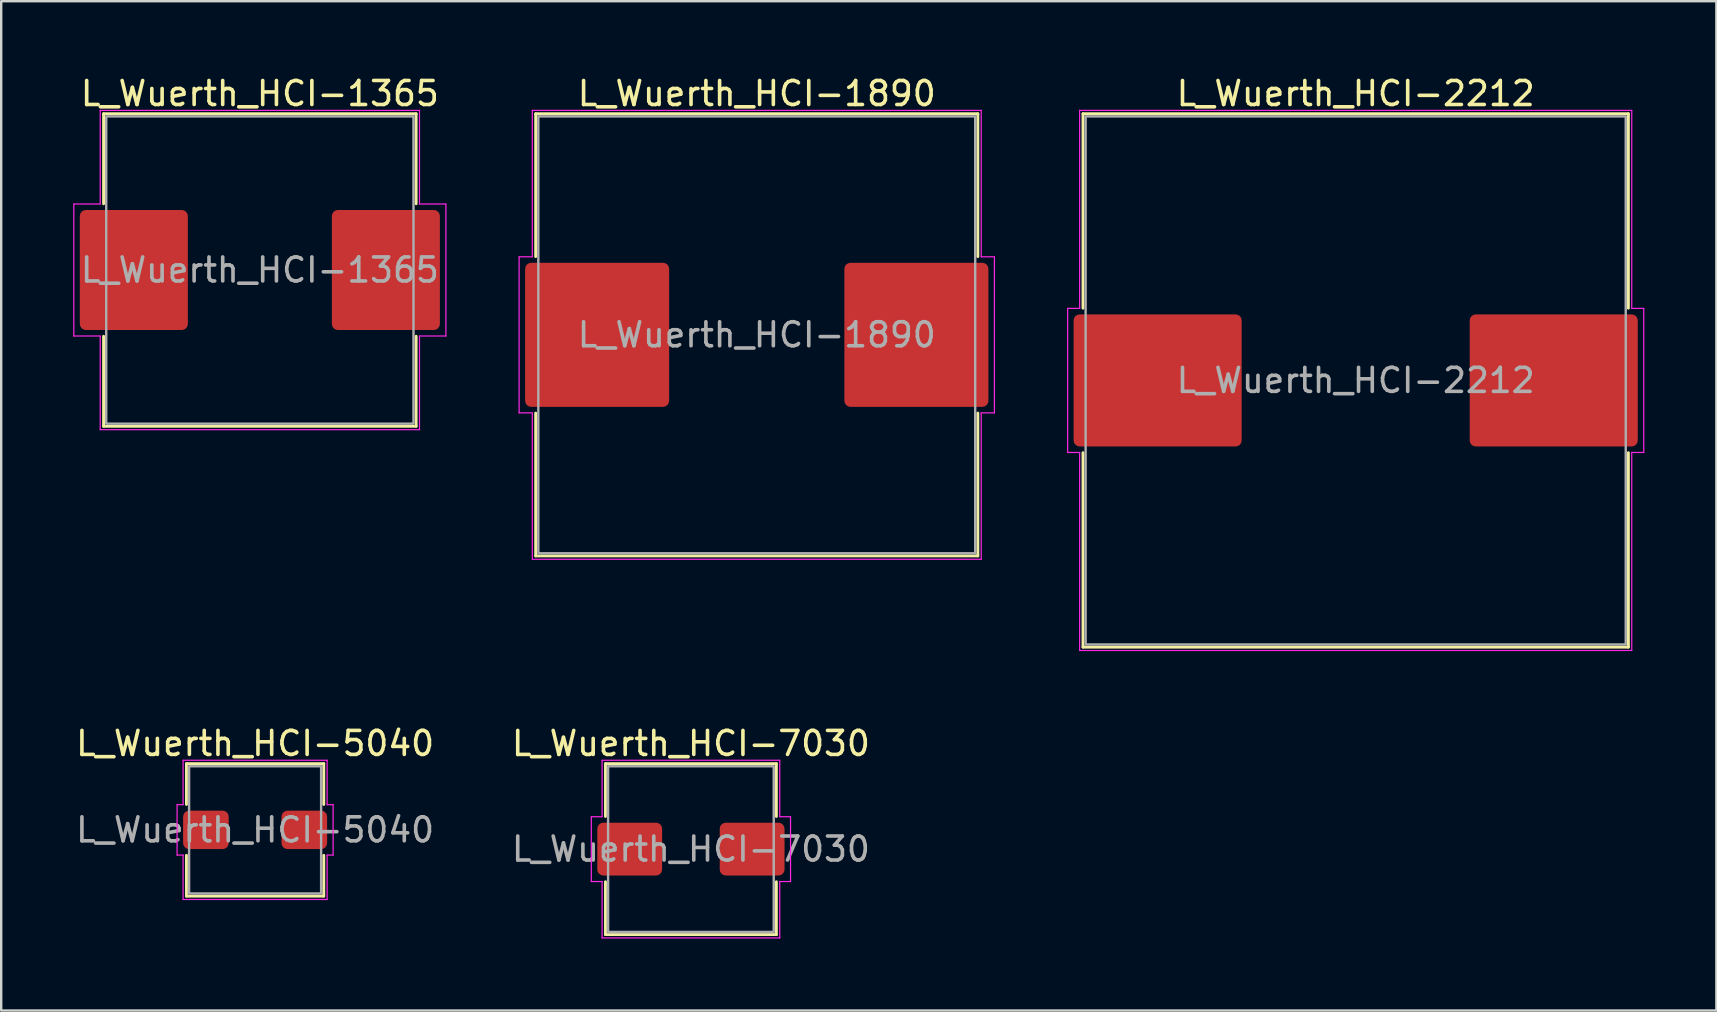
<source format=kicad_pcb>
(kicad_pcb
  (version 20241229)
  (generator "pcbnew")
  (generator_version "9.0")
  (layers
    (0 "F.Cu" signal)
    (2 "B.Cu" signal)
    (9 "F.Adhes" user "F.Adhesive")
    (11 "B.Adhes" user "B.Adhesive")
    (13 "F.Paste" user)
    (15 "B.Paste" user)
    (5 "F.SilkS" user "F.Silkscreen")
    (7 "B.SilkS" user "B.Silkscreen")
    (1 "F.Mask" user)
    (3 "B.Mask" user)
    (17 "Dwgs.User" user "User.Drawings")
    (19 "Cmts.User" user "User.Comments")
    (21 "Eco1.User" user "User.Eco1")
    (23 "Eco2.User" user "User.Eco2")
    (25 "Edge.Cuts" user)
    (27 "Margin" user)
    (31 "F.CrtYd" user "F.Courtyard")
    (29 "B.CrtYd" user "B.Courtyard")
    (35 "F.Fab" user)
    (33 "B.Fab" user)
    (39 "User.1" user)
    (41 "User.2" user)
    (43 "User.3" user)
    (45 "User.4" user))
  (footprint "L_Wuerth_HCI-1365"
    (layer "F.Cu")
    (at 7.775 8.198)
    (property "Reference" "L_Wuerth_HCI-1365" (at 0 -7.35 0) (layer "F.SilkS") (effects (font (size 1 1) (thickness 0.15))))
    (attr smd)
    (fp_line (start -6.51 -6.51) (end 6.51 -6.51) (stroke (width 0.12) (type solid)) (layer "F.SilkS"))
    (fp_line (start -6.51 -2.76) (end -6.51 -6.51) (stroke (width 0.12) (type solid)) (layer "F.SilkS"))
    (fp_line (start -6.51 6.51) (end -6.51 2.76) (stroke (width 0.12) (type solid)) (layer "F.SilkS"))
    (fp_line (start 6.51 -6.51) (end 6.51 -2.76) (stroke (width 0.12) (type solid)) (layer "F.SilkS"))
    (fp_line (start 6.51 2.76) (end 6.51 6.51) (stroke (width 0.12) (type solid)) (layer "F.SilkS"))
    (fp_line (start 6.51 6.51) (end -6.51 6.51) (stroke (width 0.12) (type solid)) (layer "F.SilkS"))
    (fp_line (start -7.75 -2.75) (end -6.65 -2.75) (stroke (width 0.05) (type solid)) (layer "F.CrtYd"))
    (fp_line (start -7.75 2.75) (end -7.75 -2.75) (stroke (width 0.05) (type solid)) (layer "F.CrtYd"))
    (fp_line (start -6.65 -6.65) (end 6.65 -6.65) (stroke (width 0.05) (type solid)) (layer "F.CrtYd"))
    (fp_line (start -6.65 -2.75) (end -6.65 -6.65) (stroke (width 0.05) (type solid)) (layer "F.CrtYd"))
    (fp_line (start -6.65 2.75) (end -7.75 2.75) (stroke (width 0.05) (type solid)) (layer "F.CrtYd"))
    (fp_line (start -6.65 6.65) (end -6.65 2.75) (stroke (width 0.05) (type solid)) (layer "F.CrtYd"))
    (fp_line (start 6.65 -6.65) (end 6.65 -2.75) (stroke (width 0.05) (type solid)) (layer "F.CrtYd"))
    (fp_line (start 6.65 -2.75) (end 7.75 -2.75) (stroke (width 0.05) (type solid)) (layer "F.CrtYd"))
    (fp_line (start 6.65 2.75) (end 6.65 6.65) (stroke (width 0.05) (type solid)) (layer "F.CrtYd"))
    (fp_line (start 6.65 6.65) (end -6.65 6.65) (stroke (width 0.05) (type solid)) (layer "F.CrtYd"))
    (fp_line (start 7.75 -2.75) (end 7.75 2.75) (stroke (width 0.05) (type solid)) (layer "F.CrtYd"))
    (fp_line (start 7.75 2.75) (end 6.65 2.75) (stroke (width 0.05) (type solid)) (layer "F.CrtYd"))
    (fp_rect (start -6.4 -6.4) (end 6.4 6.4) (stroke (width 0.1) (type solid)) (fill no) (layer "F.Fab"))
    (fp_text user "${REFERENCE}" (at 0 0 0) (layer "F.Fab") (effects (font (size 1 1) (thickness 0.15))))
    (pad "1" smd roundrect (at -5.25 0) (size 4.5 5) (layers "F.Cu" "F.Mask" "F.Paste") (roundrect_rratio 0.056))
    (pad "2" smd roundrect (at 5.25 0) (size 4.5 5) (layers "F.Cu" "F.Mask" "F.Paste") (roundrect_rratio 0.056)))
  (footprint "L_Wuerth_HCI-1890"
    (layer "F.Cu")
    (at 28.475 10.898)
    (property "Reference" "L_Wuerth_HCI-1890" (at 0 -10.05 0) (layer "F.SilkS") (effects (font (size 1 1) (thickness 0.15))))
    (attr smd)
    (fp_line (start -9.21 -9.21) (end 9.21 -9.21) (stroke (width 0.12) (type solid)) (layer "F.SilkS"))
    (fp_line (start -9.21 -3.26) (end -9.21 -9.21) (stroke (width 0.12) (type solid)) (layer "F.SilkS"))
    (fp_line (start -9.21 9.21) (end -9.21 3.26) (stroke (width 0.12) (type solid)) (layer "F.SilkS"))
    (fp_line (start 9.21 -9.21) (end 9.21 -3.26) (stroke (width 0.12) (type solid)) (layer "F.SilkS"))
    (fp_line (start 9.21 3.26) (end 9.21 9.21) (stroke (width 0.12) (type solid)) (layer "F.SilkS"))
    (fp_line (start 9.21 9.21) (end -9.21 9.21) (stroke (width 0.12) (type solid)) (layer "F.SilkS"))
    (fp_line (start -9.9 -3.25) (end -9.35 -3.25) (stroke (width 0.05) (type solid)) (layer "F.CrtYd"))
    (fp_line (start -9.9 3.25) (end -9.9 -3.25) (stroke (width 0.05) (type solid)) (layer "F.CrtYd"))
    (fp_line (start -9.35 -9.35) (end 9.35 -9.35) (stroke (width 0.05) (type solid)) (layer "F.CrtYd"))
    (fp_line (start -9.35 -3.25) (end -9.35 -9.35) (stroke (width 0.05) (type solid)) (layer "F.CrtYd"))
    (fp_line (start -9.35 3.25) (end -9.9 3.25) (stroke (width 0.05) (type solid)) (layer "F.CrtYd"))
    (fp_line (start -9.35 9.35) (end -9.35 3.25) (stroke (width 0.05) (type solid)) (layer "F.CrtYd"))
    (fp_line (start 9.35 -9.35) (end 9.35 -3.25) (stroke (width 0.05) (type solid)) (layer "F.CrtYd"))
    (fp_line (start 9.35 -3.25) (end 9.9 -3.25) (stroke (width 0.05) (type solid)) (layer "F.CrtYd"))
    (fp_line (start 9.35 3.25) (end 9.35 9.35) (stroke (width 0.05) (type solid)) (layer "F.CrtYd"))
    (fp_line (start 9.35 9.35) (end -9.35 9.35) (stroke (width 0.05) (type solid)) (layer "F.CrtYd"))
    (fp_line (start 9.9 -3.25) (end 9.9 3.25) (stroke (width 0.05) (type solid)) (layer "F.CrtYd"))
    (fp_line (start 9.9 3.25) (end 9.35 3.25) (stroke (width 0.05) (type solid)) (layer "F.CrtYd"))
    (fp_rect (start -9.1 -9.1) (end 9.1 9.1) (stroke (width 0.1) (type solid)) (fill no) (layer "F.Fab"))
    (fp_text user "${REFERENCE}" (at 0 0 0) (layer "F.Fab") (effects (font (size 1 1) (thickness 0.15))))
    (pad "1" smd roundrect (at -6.65 0) (size 6 6) (layers "F.Cu" "F.Mask" "F.Paste") (roundrect_rratio 0.042))
    (pad "2" smd roundrect (at 6.65 0) (size 6 6) (layers "F.Cu" "F.Mask" "F.Paste") (roundrect_rratio 0.042)))
  (footprint "L_Wuerth_HCI-2212"
    (layer "F.Cu")
    (at 53.425 12.798)
    (property "Reference" "L_Wuerth_HCI-2212" (at 0 -11.95 0) (layer "F.SilkS") (effects (font (size 1 1) (thickness 0.15))))
    (attr smd)
    (fp_line (start -11.36 -11.11) (end 11.36 -11.11) (stroke (width 0.12) (type solid)) (layer "F.SilkS"))
    (fp_line (start -11.36 -3.01) (end -11.36 -11.11) (stroke (width 0.12) (type solid)) (layer "F.SilkS"))
    (fp_line (start -11.36 11.11) (end -11.36 3.01) (stroke (width 0.12) (type solid)) (layer "F.SilkS"))
    (fp_line (start 11.36 -11.11) (end 11.36 -3.01) (stroke (width 0.12) (type solid)) (layer "F.SilkS"))
    (fp_line (start 11.36 3.01) (end 11.36 11.11) (stroke (width 0.12) (type solid)) (layer "F.SilkS"))
    (fp_line (start 11.36 11.11) (end -11.36 11.11) (stroke (width 0.12) (type solid)) (layer "F.SilkS"))
    (fp_line (start -12 -3) (end -11.5 -3) (stroke (width 0.05) (type solid)) (layer "F.CrtYd"))
    (fp_line (start -12 3) (end -12 -3) (stroke (width 0.05) (type solid)) (layer "F.CrtYd"))
    (fp_line (start -11.5 -11.25) (end 11.5 -11.25) (stroke (width 0.05) (type solid)) (layer "F.CrtYd"))
    (fp_line (start -11.5 -3) (end -11.5 -11.25) (stroke (width 0.05) (type solid)) (layer "F.CrtYd"))
    (fp_line (start -11.5 3) (end -12 3) (stroke (width 0.05) (type solid)) (layer "F.CrtYd"))
    (fp_line (start -11.5 11.25) (end -11.5 3) (stroke (width 0.05) (type solid)) (layer "F.CrtYd"))
    (fp_line (start 11.5 -11.25) (end 11.5 -3) (stroke (width 0.05) (type solid)) (layer "F.CrtYd"))
    (fp_line (start 11.5 -3) (end 12 -3) (stroke (width 0.05) (type solid)) (layer "F.CrtYd"))
    (fp_line (start 11.5 3) (end 11.5 11.25) (stroke (width 0.05) (type solid)) (layer "F.CrtYd"))
    (fp_line (start 11.5 11.25) (end -11.5 11.25) (stroke (width 0.05) (type solid)) (layer "F.CrtYd"))
    (fp_line (start 12 -3) (end 12 3) (stroke (width 0.05) (type solid)) (layer "F.CrtYd"))
    (fp_line (start 12 3) (end 11.5 3) (stroke (width 0.05) (type solid)) (layer "F.CrtYd"))
    (fp_rect (start -11.25 -11) (end 11.25 11) (stroke (width 0.1) (type solid)) (fill no) (layer "F.Fab"))
    (fp_text user "${REFERENCE}" (at 0 0 0) (layer "F.Fab") (effects (font (size 1 1) (thickness 0.15))))
    (pad "1" smd roundrect (at -8.25 0) (size 7 5.5) (layers "F.Cu" "F.Mask" "F.Paste") (roundrect_rratio 0.045))
    (pad "2" smd roundrect (at 8.25 0) (size 7 5.5) (layers "F.Cu" "F.Mask" "F.Paste") (roundrect_rratio 0.045)))
  (footprint "L_Wuerth_HCI-7030"
    (layer "F.Cu")
    (at 25.732 32.322)
    (property "Reference" "L_Wuerth_HCI-7030" (at 0 -4.4 0) (layer "F.SilkS") (effects (font (size 1 1) (thickness 0.15))))
    (attr smd)
    (fp_line (start -3.56 -3.56) (end 3.56 -3.56) (stroke (width 0.12) (type solid)) (layer "F.SilkS"))
    (fp_line (start -3.56 -1.36) (end -3.56 -3.56) (stroke (width 0.12) (type solid)) (layer "F.SilkS"))
    (fp_line (start -3.56 3.56) (end -3.56 1.36) (stroke (width 0.12) (type solid)) (layer "F.SilkS"))
    (fp_line (start 3.56 -3.56) (end 3.56 -1.36) (stroke (width 0.12) (type solid)) (layer "F.SilkS"))
    (fp_line (start 3.56 1.36) (end 3.56 3.56) (stroke (width 0.12) (type solid)) (layer "F.SilkS"))
    (fp_line (start 3.56 3.56) (end -3.56 3.56) (stroke (width 0.12) (type solid)) (layer "F.SilkS"))
    (fp_line (start -4.15 -1.35) (end -3.7 -1.35) (stroke (width 0.05) (type solid)) (layer "F.CrtYd"))
    (fp_line (start -4.15 1.35) (end -4.15 -1.35) (stroke (width 0.05) (type solid)) (layer "F.CrtYd"))
    (fp_line (start -3.7 -3.7) (end 3.7 -3.7) (stroke (width 0.05) (type solid)) (layer "F.CrtYd"))
    (fp_line (start -3.7 -1.35) (end -3.7 -3.7) (stroke (width 0.05) (type solid)) (layer "F.CrtYd"))
    (fp_line (start -3.7 1.35) (end -4.15 1.35) (stroke (width 0.05) (type solid)) (layer "F.CrtYd"))
    (fp_line (start -3.7 3.7) (end -3.7 1.35) (stroke (width 0.05) (type solid)) (layer "F.CrtYd"))
    (fp_line (start 3.7 -3.7) (end 3.7 -1.35) (stroke (width 0.05) (type solid)) (layer "F.CrtYd"))
    (fp_line (start 3.7 -1.35) (end 4.15 -1.35) (stroke (width 0.05) (type solid)) (layer "F.CrtYd"))
    (fp_line (start 3.7 1.35) (end 3.7 3.7) (stroke (width 0.05) (type solid)) (layer "F.CrtYd"))
    (fp_line (start 3.7 3.7) (end -3.7 3.7) (stroke (width 0.05) (type solid)) (layer "F.CrtYd"))
    (fp_line (start 4.15 -1.35) (end 4.15 1.35) (stroke (width 0.05) (type solid)) (layer "F.CrtYd"))
    (fp_line (start 4.15 1.35) (end 3.7 1.35) (stroke (width 0.05) (type solid)) (layer "F.CrtYd"))
    (fp_rect (start -3.45 -3.45) (end 3.45 3.45) (stroke (width 0.1) (type solid)) (fill no) (layer "F.Fab"))
    (fp_text user "${REFERENCE}" (at 0 0 0) (layer "F.Fab") (effects (font (size 1 1) (thickness 0.15))))
    (pad "1" smd roundrect (at -2.55 0) (size 2.7 2.2) (layers "F.Cu" "F.Mask" "F.Paste") (roundrect_rratio 0.114))
    (pad "2" smd roundrect (at 2.55 0) (size 2.7 2.2) (layers "F.Cu" "F.Mask" "F.Paste") (roundrect_rratio 0.114)))
  (footprint "L_Wuerth_HCI-5040"
    (layer "F.Cu")
    (at 7.577 31.521)
    (property "Reference" "L_Wuerth_HCI-5040" (at 0 -3.6 0) (layer "F.SilkS") (effects (font (size 1 1) (thickness 0.15))))
    (attr smd)
    (fp_line (start -2.86 -2.76) (end 2.86 -2.76) (stroke (width 0.12) (type solid)) (layer "F.SilkS"))
    (fp_line (start -2.86 -1.06) (end -2.86 -2.76) (stroke (width 0.12) (type solid)) (layer "F.SilkS"))
    (fp_line (start -2.86 2.76) (end -2.86 1.06) (stroke (width 0.12) (type solid)) (layer "F.SilkS"))
    (fp_line (start 2.86 -2.76) (end 2.86 -1.06) (stroke (width 0.12) (type solid)) (layer "F.SilkS"))
    (fp_line (start 2.86 1.06) (end 2.86 2.76) (stroke (width 0.12) (type solid)) (layer "F.SilkS"))
    (fp_line (start 2.86 2.76) (end -2.86 2.76) (stroke (width 0.12) (type solid)) (layer "F.SilkS"))
    (fp_line (start -3.25 -1.05) (end -3 -1.05) (stroke (width 0.05) (type solid)) (layer "F.CrtYd"))
    (fp_line (start -3.25 1.05) (end -3.25 -1.05) (stroke (width 0.05) (type solid)) (layer "F.CrtYd"))
    (fp_line (start -3 -2.9) (end 3 -2.9) (stroke (width 0.05) (type solid)) (layer "F.CrtYd"))
    (fp_line (start -3 -1.05) (end -3 -2.9) (stroke (width 0.05) (type solid)) (layer "F.CrtYd"))
    (fp_line (start -3 1.05) (end -3.25 1.05) (stroke (width 0.05) (type solid)) (layer "F.CrtYd"))
    (fp_line (start -3 2.9) (end -3 1.05) (stroke (width 0.05) (type solid)) (layer "F.CrtYd"))
    (fp_line (start 3 -2.9) (end 3 -1.05) (stroke (width 0.05) (type solid)) (layer "F.CrtYd"))
    (fp_line (start 3 -1.05) (end 3.25 -1.05) (stroke (width 0.05) (type solid)) (layer "F.CrtYd"))
    (fp_line (start 3 1.05) (end 3 2.9) (stroke (width 0.05) (type solid)) (layer "F.CrtYd"))
    (fp_line (start 3 2.9) (end -3 2.9) (stroke (width 0.05) (type solid)) (layer "F.CrtYd"))
    (fp_line (start 3.25 -1.05) (end 3.25 1.05) (stroke (width 0.05) (type solid)) (layer "F.CrtYd"))
    (fp_line (start 3.25 1.05) (end 3 1.05) (stroke (width 0.05) (type solid)) (layer "F.CrtYd"))
    (fp_rect (start -2.75 -2.65) (end 2.75 2.65) (stroke (width 0.1) (type solid)) (fill no) (layer "F.Fab"))
    (fp_text user "${REFERENCE}" (at 0 0 0) (layer "F.Fab") (effects (font (size 1 1) (thickness 0.15))))
    (pad "1" smd roundrect (at -2.05 0) (size 1.9 1.6) (layers "F.Cu" "F.Mask" "F.Paste") (roundrect_rratio 0.156))
    (pad "2" smd roundrect (at 2.05 0) (size 1.9 1.6) (layers "F.Cu" "F.Mask" "F.Paste") (roundrect_rratio 0.156)))
  (gr_rect
    (start -3 -3)
    (end 68.45 39.047)
    (stroke (width 0.1) (type default))
    (fill no)
    (layer "Edge.Cuts")))
</source>
